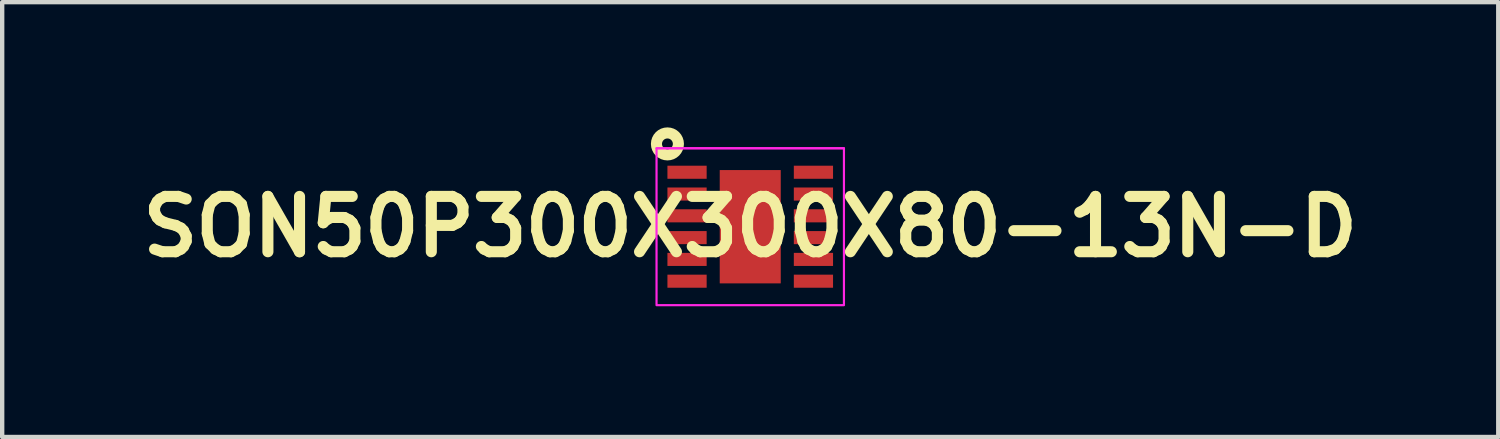
<source format=kicad_pcb>
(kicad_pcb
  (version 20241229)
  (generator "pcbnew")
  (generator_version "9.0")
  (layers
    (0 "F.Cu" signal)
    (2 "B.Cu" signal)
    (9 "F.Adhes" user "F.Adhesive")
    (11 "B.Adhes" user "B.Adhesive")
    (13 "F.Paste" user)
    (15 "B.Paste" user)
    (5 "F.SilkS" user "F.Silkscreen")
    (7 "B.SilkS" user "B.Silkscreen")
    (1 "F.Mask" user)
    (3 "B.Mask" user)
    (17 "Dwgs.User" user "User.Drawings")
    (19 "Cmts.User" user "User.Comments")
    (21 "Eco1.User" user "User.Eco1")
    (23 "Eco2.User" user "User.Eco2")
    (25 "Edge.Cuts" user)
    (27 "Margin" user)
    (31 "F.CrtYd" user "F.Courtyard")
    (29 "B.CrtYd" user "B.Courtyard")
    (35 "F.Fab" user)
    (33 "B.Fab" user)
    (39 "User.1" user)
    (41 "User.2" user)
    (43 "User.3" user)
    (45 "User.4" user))
  (footprint "SON50P300X300X80-13N-D"
    (layer "F.Cu")
    (at 14.164 2.152)
    (property "Reference" "SON50P300X300X80-13N-D" (at 0 0 0) (layer "F.SilkS") (effects (font (size 1.27 1.27) (thickness 0.254))))
    (attr smd)
    (fp_circle (center -1.9 -1.9) (end -1.775 -1.9) (stroke (width 0.254) (type solid)) (fill no) (layer "F.SilkS"))
    (fp_line (start -2.15 -1.8) (end 2.15 -1.8) (stroke (width 0.05) (type solid)) (layer "F.CrtYd"))
    (fp_rect (start -2.15 -1.8) (end 2.15 1.8) (stroke (width 0.05) (type default)) (fill no) (layer "F.CrtYd"))
    (pad "1" smd rect (at -1.45 -1.25 90) (size 0.3 0.9) (layers "F.Cu" "F.Mask" "F.Paste"))
    (pad "2" smd rect (at -1.45 -0.75 90) (size 0.3 0.9) (layers "F.Cu" "F.Mask" "F.Paste"))
    (pad "3" smd rect (at -1.45 -0.25 90) (size 0.3 0.9) (layers "F.Cu" "F.Mask" "F.Paste"))
    (pad "4" smd rect (at -1.45 0.25 90) (size 0.3 0.9) (layers "F.Cu" "F.Mask" "F.Paste"))
    (pad "5" smd rect (at -1.45 0.75 90) (size 0.3 0.9) (layers "F.Cu" "F.Mask" "F.Paste"))
    (pad "6" smd rect (at -1.45 1.25 90) (size 0.3 0.9) (layers "F.Cu" "F.Mask" "F.Paste"))
    (pad "7" smd rect (at 1.45 1.25 90) (size 0.3 0.9) (layers "F.Cu" "F.Mask" "F.Paste"))
    (pad "8" smd rect (at 1.45 0.75 90) (size 0.3 0.9) (layers "F.Cu" "F.Mask" "F.Paste"))
    (pad "9" smd rect (at 1.45 0.25 90) (size 0.3 0.9) (layers "F.Cu" "F.Mask" "F.Paste"))
    (pad "10" smd rect (at 1.45 -0.25 90) (size 0.3 0.9) (layers "F.Cu" "F.Mask" "F.Paste"))
    (pad "11" smd rect (at 1.45 -0.75 90) (size 0.3 0.9) (layers "F.Cu" "F.Mask" "F.Paste"))
    (pad "12" smd rect (at 1.45 -1.25 90) (size 0.3 0.9) (layers "F.Cu" "F.Mask" "F.Paste"))
    (pad "13" smd rect (at 0 0) (size 1.4 2.6) (layers "F.Cu" "F.Mask" "F.Paste")))
  (gr_rect
    (start -3 -3)
    (end 31.327 6.977)
    (stroke (width 0.1) (type default))
    (fill no)
    (layer "Edge.Cuts")))
</source>
